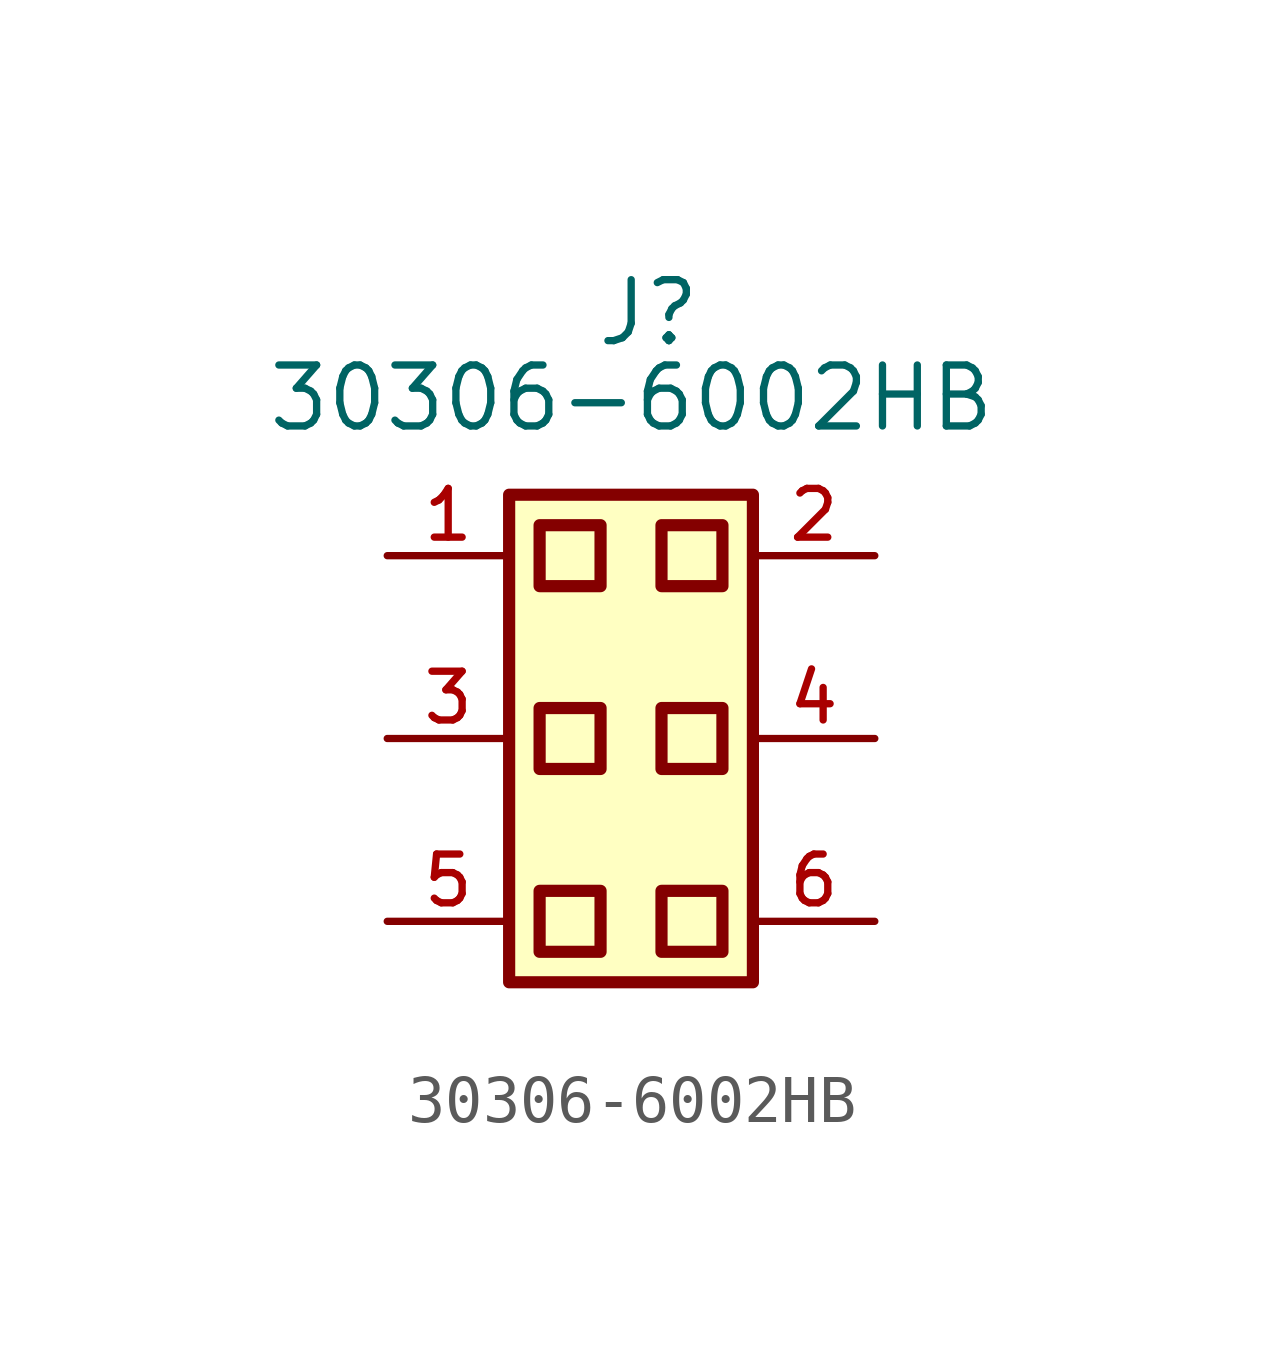
<source format=kicad_sym>
(kicad_symbol_lib
  (version 20220914)
  (generator kicad_symbol_editor)
  (symbol "30306-6002HB"
    (pin_names
      (offset 1.016))
    (property "Reference" "J"
      (at -0.762 8.128 0)
      (effects (font (size 1.27 1.27)) (justify left bottom)))
    (property "Value" "30306-6002HB"
      (at -7.62 6.35 0)
      (effects (font (size 1.27 1.27)) (justify left bottom)))
    (symbol "30306-6002HB_1_0"
      (rectangle (start -2.54 5.08) (end 2.54 -5.08) (stroke (width 0.254) (type default)) (fill (type background)))
      (pin passive line (at -5.08 3.81 0) (length 2.54) (name "" (effects (font (size 1.016 1.016)))) (number "1" (effects (font (size 1.016 1.016)))))
      (pin passive line (at 5.08 3.81 180) (length 2.54) (name "" (effects (font (size 1.016 1.016)))) (number "2" (effects (font (size 1.016 1.016)))))
      (pin passive line (at -5.08 0 0) (length 2.54) (name "" (effects (font (size 1.016 1.016)))) (number "3" (effects (font (size 1.016 1.016)))))
      (pin passive line (at 5.08 0 180) (length 2.54) (name "" (effects (font (size 1.016 1.016)))) (number "4" (effects (font (size 1.016 1.016)))))
      (pin passive line (at -5.08 -3.81 0) (length 2.54) (name "" (effects (font (size 1.016 1.016)))) (number "5" (effects (font (size 1.016 1.016)))))
      (pin passive line (at 5.08 -3.81 180) (length 2.54) (name "" (effects (font (size 1.016 1.016)))) (number "6" (effects (font (size 1.016 1.016))))))
    (symbol "30306-6002HB_1_1"
      (rectangle (start -1.905 -3.175) (end -0.635 -4.445) (stroke (width 0.254) (type default)) (fill (type none)))
      (rectangle (start -1.905 0.635) (end -0.635 -0.635) (stroke (width 0.254) (type default)) (fill (type none)))
      (rectangle (start -1.905 4.445) (end -0.635 3.175) (stroke (width 0.254) (type default)) (fill (type none)))
      (rectangle (start 0.635 -3.175) (end 1.905 -4.445) (stroke (width 0.254) (type default)) (fill (type none)))
      (rectangle (start 0.635 0.635) (end 1.905 -0.635) (stroke (width 0.254) (type default)) (fill (type none)))
      (rectangle (start 0.635 4.445) (end 1.905 3.175) (stroke (width 0.254) (type default)) (fill (type none))))))
</source>
